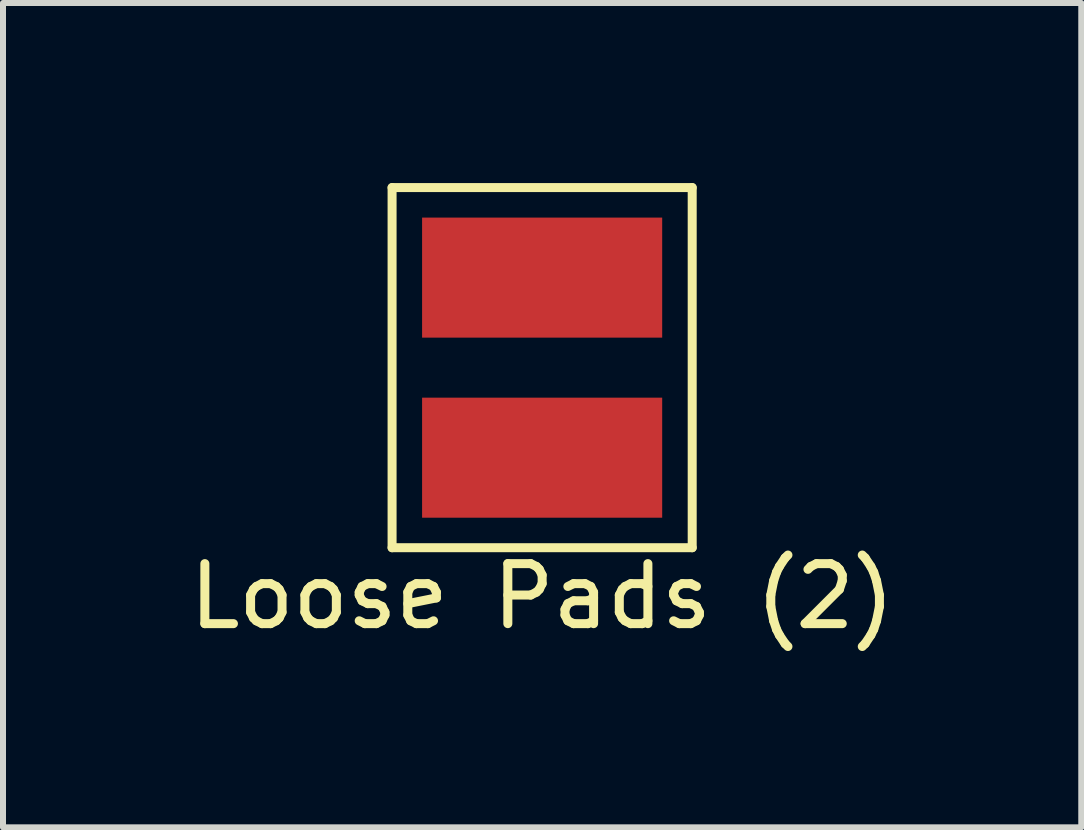
<source format=kicad_pcb>
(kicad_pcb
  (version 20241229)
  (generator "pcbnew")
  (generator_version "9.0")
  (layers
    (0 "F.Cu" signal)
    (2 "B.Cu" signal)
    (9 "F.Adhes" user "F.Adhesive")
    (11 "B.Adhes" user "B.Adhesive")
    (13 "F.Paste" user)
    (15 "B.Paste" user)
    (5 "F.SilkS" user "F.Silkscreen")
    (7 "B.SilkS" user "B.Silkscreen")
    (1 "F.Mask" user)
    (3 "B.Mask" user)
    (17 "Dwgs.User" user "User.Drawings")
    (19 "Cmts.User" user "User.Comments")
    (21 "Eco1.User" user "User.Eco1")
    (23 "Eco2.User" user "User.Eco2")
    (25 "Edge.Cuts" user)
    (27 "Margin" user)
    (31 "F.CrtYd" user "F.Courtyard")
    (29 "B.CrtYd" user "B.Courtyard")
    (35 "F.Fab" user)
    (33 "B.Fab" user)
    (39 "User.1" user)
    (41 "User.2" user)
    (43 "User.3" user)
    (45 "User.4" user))
  (footprint "Loose Pads (2)"
    (layer "F.Cu")
    (at 5.982 3.075)
    (property "Reference" "Loose Pads (2)" (at 0 3.81 0) (layer "F.SilkS") (effects (font (size 1 1) (thickness 0.15))))
    (attr through_hole)
    (fp_line (start -2.5 -3) (end 2.5 -3) (stroke (width 0.15) (type solid)) (layer "F.SilkS"))
    (fp_line (start -2.5 3) (end -2.5 -3) (stroke (width 0.15) (type solid)) (layer "F.SilkS"))
    (fp_line (start 2.5 -3) (end 2.5 3) (stroke (width 0.15) (type solid)) (layer "F.SilkS"))
    (fp_line (start 2.5 3) (end -2.5 3) (stroke (width 0.15) (type solid)) (layer "F.SilkS"))
    (pad "1" smd rect (at 0 -1.5) (size 4 2) (layers "F.Cu" "F.Mask" "F.Paste"))
    (pad "2" smd rect (at 0 1.5) (size 4 2) (layers "F.Cu" "F.Mask" "F.Paste")))
  (gr_rect
    (start -3 -3)
    (end 14.964 10.733)
    (stroke (width 0.1) (type default))
    (fill no)
    (layer "Edge.Cuts")))
</source>
